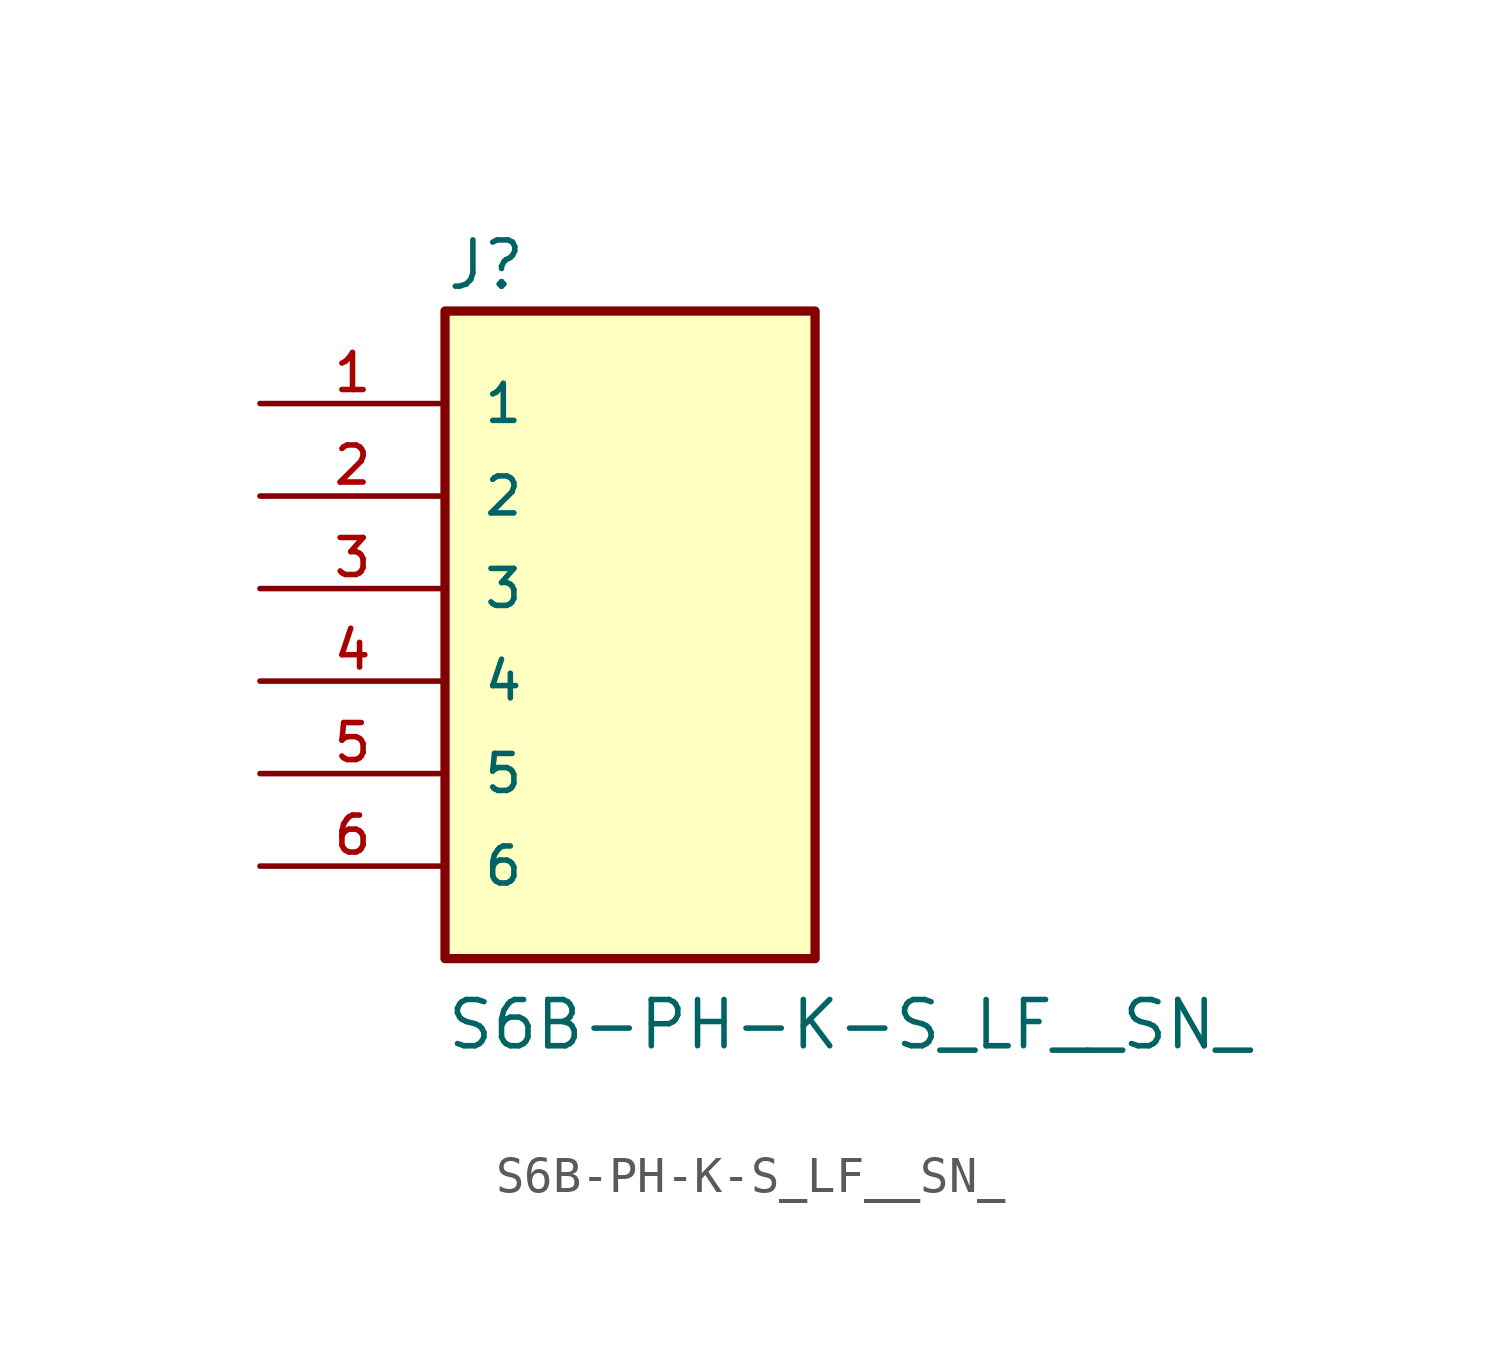
<source format=kicad_sym>
(kicad_symbol_lib
  (version 20211014)
  (generator kicad_symbol_editor)
  (symbol "S6B-PH-K-S_LF__SN_"
    (pin_names
      (offset 1.016))
    (property "Reference" "J"
      (at -5.08 8.14 0)
      (effects (font (size 1.27 1.27)) (justify bottom left)))
    (property "Value" "S6B-PH-K-S_LF__SN_"
      (at -5.08 -12.715 0)
      (effects (font (size 1.27 1.27)) (justify bottom left)))
    (symbol "S6B-PH-K-S_LF__SN__0_0"
      (rectangle (start -5.08 -10.16) (end 5.08 7.62) (stroke (width 0.254)) (fill (type background)))
      (pin passive line (at -10.16 5.08 0) (length 5.08) (name "1" (effects (font (size 1.016 1.016)))) (number "1" (effects (font (size 1.016 1.016)))))
      (pin passive line (at -10.16 2.54 0) (length 5.08) (name "2" (effects (font (size 1.016 1.016)))) (number "2" (effects (font (size 1.016 1.016)))))
      (pin passive line (at -10.16 0.0 0) (length 5.08) (name "3" (effects (font (size 1.016 1.016)))) (number "3" (effects (font (size 1.016 1.016)))))
      (pin passive line (at -10.16 -2.54 0) (length 5.08) (name "4" (effects (font (size 1.016 1.016)))) (number "4" (effects (font (size 1.016 1.016)))))
      (pin passive line (at -10.16 -5.08 0) (length 5.08) (name "5" (effects (font (size 1.016 1.016)))) (number "5" (effects (font (size 1.016 1.016)))))
      (pin passive line (at -10.16 -7.62 0) (length 5.08) (name "6" (effects (font (size 1.016 1.016)))) (number "6" (effects (font (size 1.016 1.016))))))))
</source>
